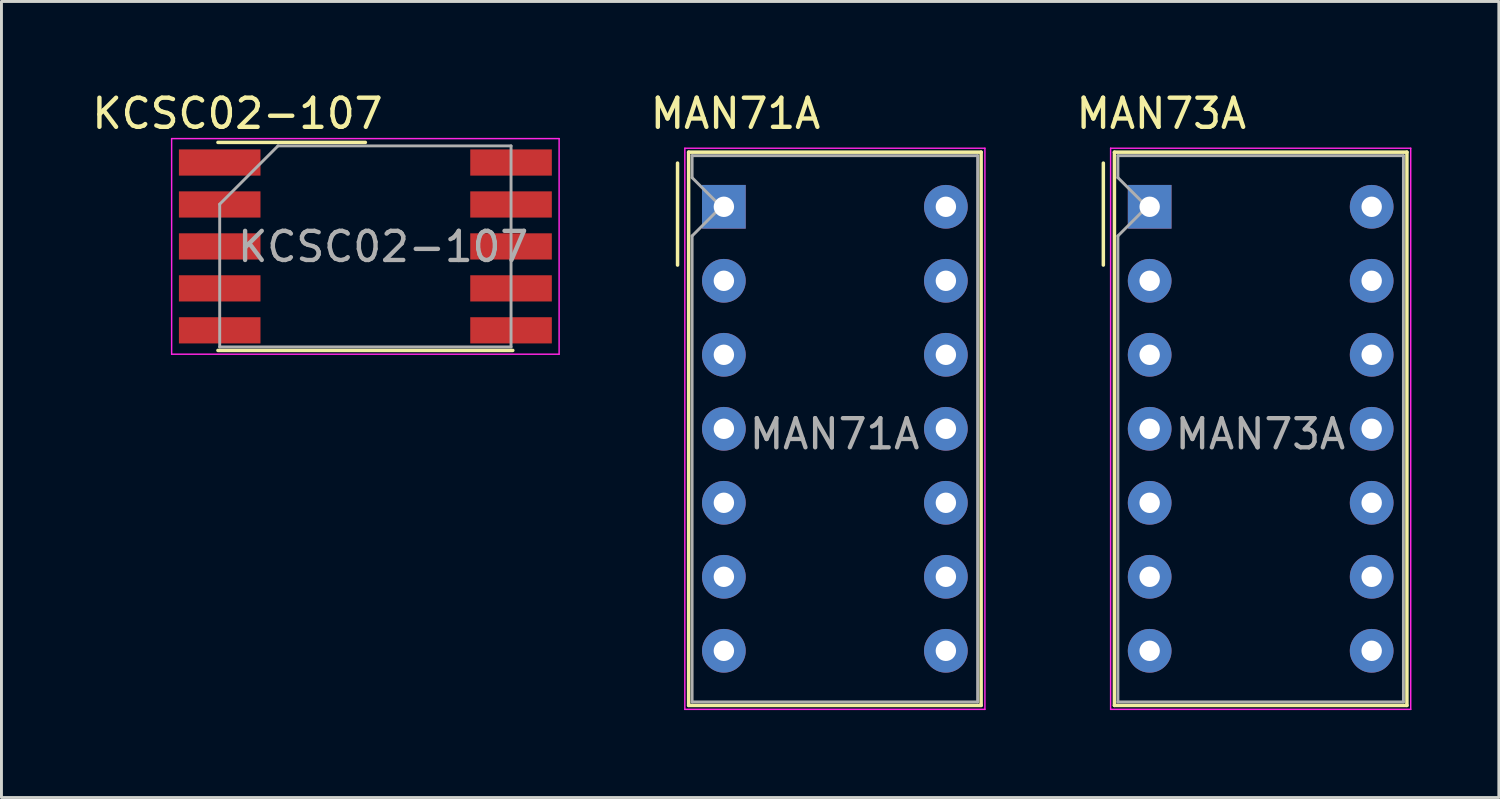
<source format=kicad_pcb>
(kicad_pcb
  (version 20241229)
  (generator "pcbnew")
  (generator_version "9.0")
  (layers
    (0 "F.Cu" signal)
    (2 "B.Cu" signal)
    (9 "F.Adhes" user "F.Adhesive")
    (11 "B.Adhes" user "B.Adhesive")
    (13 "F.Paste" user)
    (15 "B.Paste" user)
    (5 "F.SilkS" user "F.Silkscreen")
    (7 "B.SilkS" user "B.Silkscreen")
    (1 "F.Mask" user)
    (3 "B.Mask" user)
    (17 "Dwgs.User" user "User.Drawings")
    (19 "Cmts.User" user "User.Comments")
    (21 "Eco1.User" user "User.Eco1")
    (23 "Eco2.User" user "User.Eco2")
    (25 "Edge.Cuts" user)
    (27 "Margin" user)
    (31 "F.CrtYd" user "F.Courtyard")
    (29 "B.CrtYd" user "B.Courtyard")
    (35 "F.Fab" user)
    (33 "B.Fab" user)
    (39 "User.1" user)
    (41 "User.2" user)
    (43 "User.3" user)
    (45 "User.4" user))
  (footprint "KCSC02-107"
    (layer "F.Cu")
    (at 9.491 5.408)
    (property "Reference" "KCSC02-107" (at -4.39 -4.56 0) (layer "F.SilkS") (effects (font (size 1 1) (thickness 0.15))))
    (attr smd)
    (fp_line (start -5.06 -3.57) (end 0 -3.57) (stroke (width 0.12) (type solid)) (layer "F.SilkS"))
    (fp_line (start 5.06 3.57) (end -5.06 3.57) (stroke (width 0.12) (type solid)) (layer "F.SilkS"))
    (fp_line (start -6.65 -3.7) (end -6.65 3.7) (stroke (width 0.05) (type solid)) (layer "F.CrtYd"))
    (fp_line (start -6.65 -3.7) (end 6.65 -3.7) (stroke (width 0.05) (type solid)) (layer "F.CrtYd"))
    (fp_line (start 6.65 -3.7) (end 6.65 3.7) (stroke (width 0.05) (type solid)) (layer "F.CrtYd"))
    (fp_line (start 6.65 3.7) (end -6.65 3.7) (stroke (width 0.05) (type solid)) (layer "F.CrtYd"))
    (fp_line (start -5 -1.45) (end -3 -3.45) (stroke (width 0.1) (type solid)) (layer "F.Fab"))
    (fp_line (start -5 3.45) (end -5 -1.45) (stroke (width 0.1) (type solid)) (layer "F.Fab"))
    (fp_line (start -3 -3.45) (end 5 -3.45) (stroke (width 0.1) (type solid)) (layer "F.Fab"))
    (fp_line (start 5 -3.45) (end 5 3.45) (stroke (width 0.1) (type solid)) (layer "F.Fab"))
    (fp_line (start 5 3.45) (end -5 3.45) (stroke (width 0.1) (type solid)) (layer "F.Fab"))
    (fp_text user "${REFERENCE}" (at 0.61 0.01 0) (layer "F.Fab") (effects (font (size 1 1) (thickness 0.15))))
    (pad "1" smd rect (at -5 -2.88) (size 2.8 0.9) (layers "F.Cu" "F.Mask" "F.Paste"))
    (pad "2" smd rect (at -5 -1.44) (size 2.8 0.9) (layers "F.Cu" "F.Mask" "F.Paste"))
    (pad "3" smd rect (at -5 0) (size 2.8 0.9) (layers "F.Cu" "F.Mask" "F.Paste"))
    (pad "4" smd rect (at -5 1.44) (size 2.8 0.9) (layers "F.Cu" "F.Mask" "F.Paste"))
    (pad "5" smd rect (at -5 2.88) (size 2.8 0.9) (layers "F.Cu" "F.Mask" "F.Paste"))
    (pad "6" smd rect (at 5 2.88) (size 2.8 0.9) (layers "F.Cu" "F.Mask" "F.Paste"))
    (pad "7" smd rect (at 5 1.44) (size 2.8 0.9) (layers "F.Cu" "F.Mask" "F.Paste"))
    (pad "8" smd rect (at 5 0) (size 2.8 0.9) (layers "F.Cu" "F.Mask" "F.Paste"))
    (pad "9" smd rect (at 5 -1.44) (size 2.8 0.9) (layers "F.Cu" "F.Mask" "F.Paste"))
    (pad "10" smd rect (at 5 -2.88) (size 2.8 0.9) (layers "F.Cu" "F.Mask" "F.Paste")))
  (footprint "MAN73A"
    (layer "F.Cu")
    (at 36.411 4.048)
    (property "Reference" "MAN73A" (at 0.4 -3.2 0) (layer "F.SilkS") (effects (font (size 1 1) (thickness 0.15))))
    (attr through_hole)
    (fp_line (start -1.59 -1.5) (end -1.59 2) (stroke (width 0.12) (type solid)) (layer "F.SilkS"))
    (fp_line (start -1.21 -1.875) (end 8.83 -1.875) (stroke (width 0.12) (type solid)) (layer "F.SilkS"))
    (fp_line (start -1.21 17.115) (end -1.21 -1.875) (stroke (width 0.12) (type solid)) (layer "F.SilkS"))
    (fp_line (start 8.83 -1.875) (end 8.83 17.115) (stroke (width 0.12) (type solid)) (layer "F.SilkS"))
    (fp_line (start 8.83 17.115) (end -1.21 17.115) (stroke (width 0.12) (type solid)) (layer "F.SilkS"))
    (fp_line (start -1.34 -2.01) (end 8.96 -2.01) (stroke (width 0.05) (type solid)) (layer "F.CrtYd"))
    (fp_line (start -1.34 17.25) (end -1.34 -2.01) (stroke (width 0.05) (type solid)) (layer "F.CrtYd"))
    (fp_line (start 8.96 -2.01) (end 8.96 17.25) (stroke (width 0.05) (type solid)) (layer "F.CrtYd"))
    (fp_line (start 8.96 17.25) (end -1.34 17.25) (stroke (width 0.05) (type solid)) (layer "F.CrtYd"))
    (fp_line (start -1.09 -1.755) (end 8.71 -1.755) (stroke (width 0.1) (type solid)) (layer "F.Fab"))
    (fp_line (start -1.09 -1) (end -1.09 -1.755) (stroke (width 0.1) (type solid)) (layer "F.Fab"))
    (fp_line (start -1.09 1) (end -0.09 0) (stroke (width 0.1) (type solid)) (layer "F.Fab"))
    (fp_line (start -1.09 16.995) (end -1.09 1) (stroke (width 0.1) (type solid)) (layer "F.Fab"))
    (fp_line (start -0.09 0) (end -1.09 -1) (stroke (width 0.1) (type solid)) (layer "F.Fab"))
    (fp_line (start 8.71 -1.755) (end 8.71 16.995) (stroke (width 0.1) (type solid)) (layer "F.Fab"))
    (fp_line (start 8.71 16.995) (end -1.09 16.995) (stroke (width 0.1) (type solid)) (layer "F.Fab"))
    (fp_text user "${REFERENCE}" (at 3.8 7.8 0) (layer "F.Fab") (effects (font (size 1 1) (thickness 0.15))))
    (pad "1" thru_hole rect (at 0 0) (size 1.5 1.5) (drill 0.7) (layers "*.Cu" "*.Mask"))
    (pad "2" thru_hole circle (at 0 2.54) (size 1.5 1.5) (drill 0.7) (layers "*.Cu" "*.Mask"))
    (pad "3" thru_hole circle (at 0 5.08) (size 1.5 1.5) (drill 0.7) (layers "*.Cu" "*.Mask"))
    (pad "4" thru_hole circle (at 0 7.62) (size 1.5 1.5) (drill 0.7) (layers "*.Cu" "*.Mask"))
    (pad "5" thru_hole circle (at 0 10.16) (size 1.5 1.5) (drill 0.7) (layers "*.Cu" "*.Mask"))
    (pad "6" thru_hole circle (at 0 12.7) (size 1.5 1.5) (drill 0.7) (layers "*.Cu" "*.Mask"))
    (pad "7" thru_hole circle (at 0 15.24) (size 1.5 1.5) (drill 0.7) (layers "*.Cu" "*.Mask"))
    (pad "8" thru_hole circle (at 7.62 15.24) (size 1.5 1.5) (drill 0.7) (layers "*.Cu" "*.Mask"))
    (pad "9" thru_hole circle (at 7.62 12.7) (size 1.5 1.5) (drill 0.7) (layers "*.Cu" "*.Mask"))
    (pad "10" thru_hole circle (at 7.62 10.16) (size 1.5 1.5) (drill 0.7) (layers "*.Cu" "*.Mask"))
    (pad "11" thru_hole circle (at 7.62 7.62) (size 1.5 1.5) (drill 0.7) (layers "*.Cu" "*.Mask"))
    (pad "12" thru_hole circle (at 7.62 5.08) (size 1.5 1.5) (drill 0.7) (layers "*.Cu" "*.Mask"))
    (pad "13" thru_hole circle (at 7.62 2.54) (size 1.5 1.5) (drill 0.7) (layers "*.Cu" "*.Mask"))
    (pad "14" thru_hole circle (at 7.62 0) (size 1.5 1.5) (drill 0.7) (layers "*.Cu" "*.Mask")))
  (footprint "MAN71A"
    (layer "F.Cu")
    (at 21.796 4.048)
    (property "Reference" "MAN71A" (at 0.4 -3.2 0) (layer "F.SilkS") (effects (font (size 1 1) (thickness 0.15))))
    (attr through_hole)
    (fp_line (start -1.59 -1.5) (end -1.59 2) (stroke (width 0.12) (type solid)) (layer "F.SilkS"))
    (fp_line (start -1.21 -1.875) (end 8.83 -1.875) (stroke (width 0.12) (type solid)) (layer "F.SilkS"))
    (fp_line (start -1.21 17.115) (end -1.21 -1.875) (stroke (width 0.12) (type solid)) (layer "F.SilkS"))
    (fp_line (start 8.83 -1.875) (end 8.83 17.115) (stroke (width 0.12) (type solid)) (layer "F.SilkS"))
    (fp_line (start 8.83 17.115) (end -1.21 17.115) (stroke (width 0.12) (type solid)) (layer "F.SilkS"))
    (fp_line (start -1.34 -2.01) (end 8.96 -2.01) (stroke (width 0.05) (type solid)) (layer "F.CrtYd"))
    (fp_line (start -1.34 17.25) (end -1.34 -2.01) (stroke (width 0.05) (type solid)) (layer "F.CrtYd"))
    (fp_line (start 8.96 -2.01) (end 8.96 17.25) (stroke (width 0.05) (type solid)) (layer "F.CrtYd"))
    (fp_line (start 8.96 17.25) (end -1.34 17.25) (stroke (width 0.05) (type solid)) (layer "F.CrtYd"))
    (fp_line (start -1.09 -1.755) (end 8.71 -1.755) (stroke (width 0.1) (type solid)) (layer "F.Fab"))
    (fp_line (start -1.09 -1) (end -1.09 -1.755) (stroke (width 0.1) (type solid)) (layer "F.Fab"))
    (fp_line (start -1.09 1) (end -0.09 0) (stroke (width 0.1) (type solid)) (layer "F.Fab"))
    (fp_line (start -1.09 16.995) (end -1.09 1) (stroke (width 0.1) (type solid)) (layer "F.Fab"))
    (fp_line (start -0.09 0) (end -1.09 -1) (stroke (width 0.1) (type solid)) (layer "F.Fab"))
    (fp_line (start 8.71 -1.755) (end 8.71 16.995) (stroke (width 0.1) (type solid)) (layer "F.Fab"))
    (fp_line (start 8.71 16.995) (end -1.09 16.995) (stroke (width 0.1) (type solid)) (layer "F.Fab"))
    (fp_text user "${REFERENCE}" (at 3.8 7.8 0) (layer "F.Fab") (effects (font (size 1 1) (thickness 0.15))))
    (pad "1" thru_hole rect (at 0 0) (size 1.5 1.5) (drill 0.7) (layers "*.Cu" "*.Mask"))
    (pad "2" thru_hole circle (at 0 2.54) (size 1.5 1.5) (drill 0.7) (layers "*.Cu" "*.Mask"))
    (pad "3" thru_hole circle (at 0 5.08) (size 1.5 1.5) (drill 0.7) (layers "*.Cu" "*.Mask"))
    (pad "4" thru_hole circle (at 0 7.62) (size 1.5 1.5) (drill 0.7) (layers "*.Cu" "*.Mask"))
    (pad "5" thru_hole circle (at 0 10.16) (size 1.5 1.5) (drill 0.7) (layers "*.Cu" "*.Mask"))
    (pad "6" thru_hole circle (at 0 12.7) (size 1.5 1.5) (drill 0.7) (layers "*.Cu" "*.Mask"))
    (pad "7" thru_hole circle (at 0 15.24) (size 1.5 1.5) (drill 0.7) (layers "*.Cu" "*.Mask"))
    (pad "8" thru_hole circle (at 7.62 15.24) (size 1.5 1.5) (drill 0.7) (layers "*.Cu" "*.Mask"))
    (pad "9" thru_hole circle (at 7.62 12.7) (size 1.5 1.5) (drill 0.7) (layers "*.Cu" "*.Mask"))
    (pad "10" thru_hole circle (at 7.62 10.16) (size 1.5 1.5) (drill 0.7) (layers "*.Cu" "*.Mask"))
    (pad "11" thru_hole circle (at 7.62 7.62) (size 1.5 1.5) (drill 0.7) (layers "*.Cu" "*.Mask"))
    (pad "12" thru_hole circle (at 7.62 5.08) (size 1.5 1.5) (drill 0.7) (layers "*.Cu" "*.Mask"))
    (pad "13" thru_hole circle (at 7.62 2.54) (size 1.5 1.5) (drill 0.7) (layers "*.Cu" "*.Mask"))
    (pad "14" thru_hole circle (at 7.62 0) (size 1.5 1.5) (drill 0.7) (layers "*.Cu" "*.Mask")))
  (gr_rect
    (start -3 -3)
    (end 48.396 24.323)
    (stroke (width 0.1) (type default))
    (fill no)
    (layer "Edge.Cuts")))
</source>
